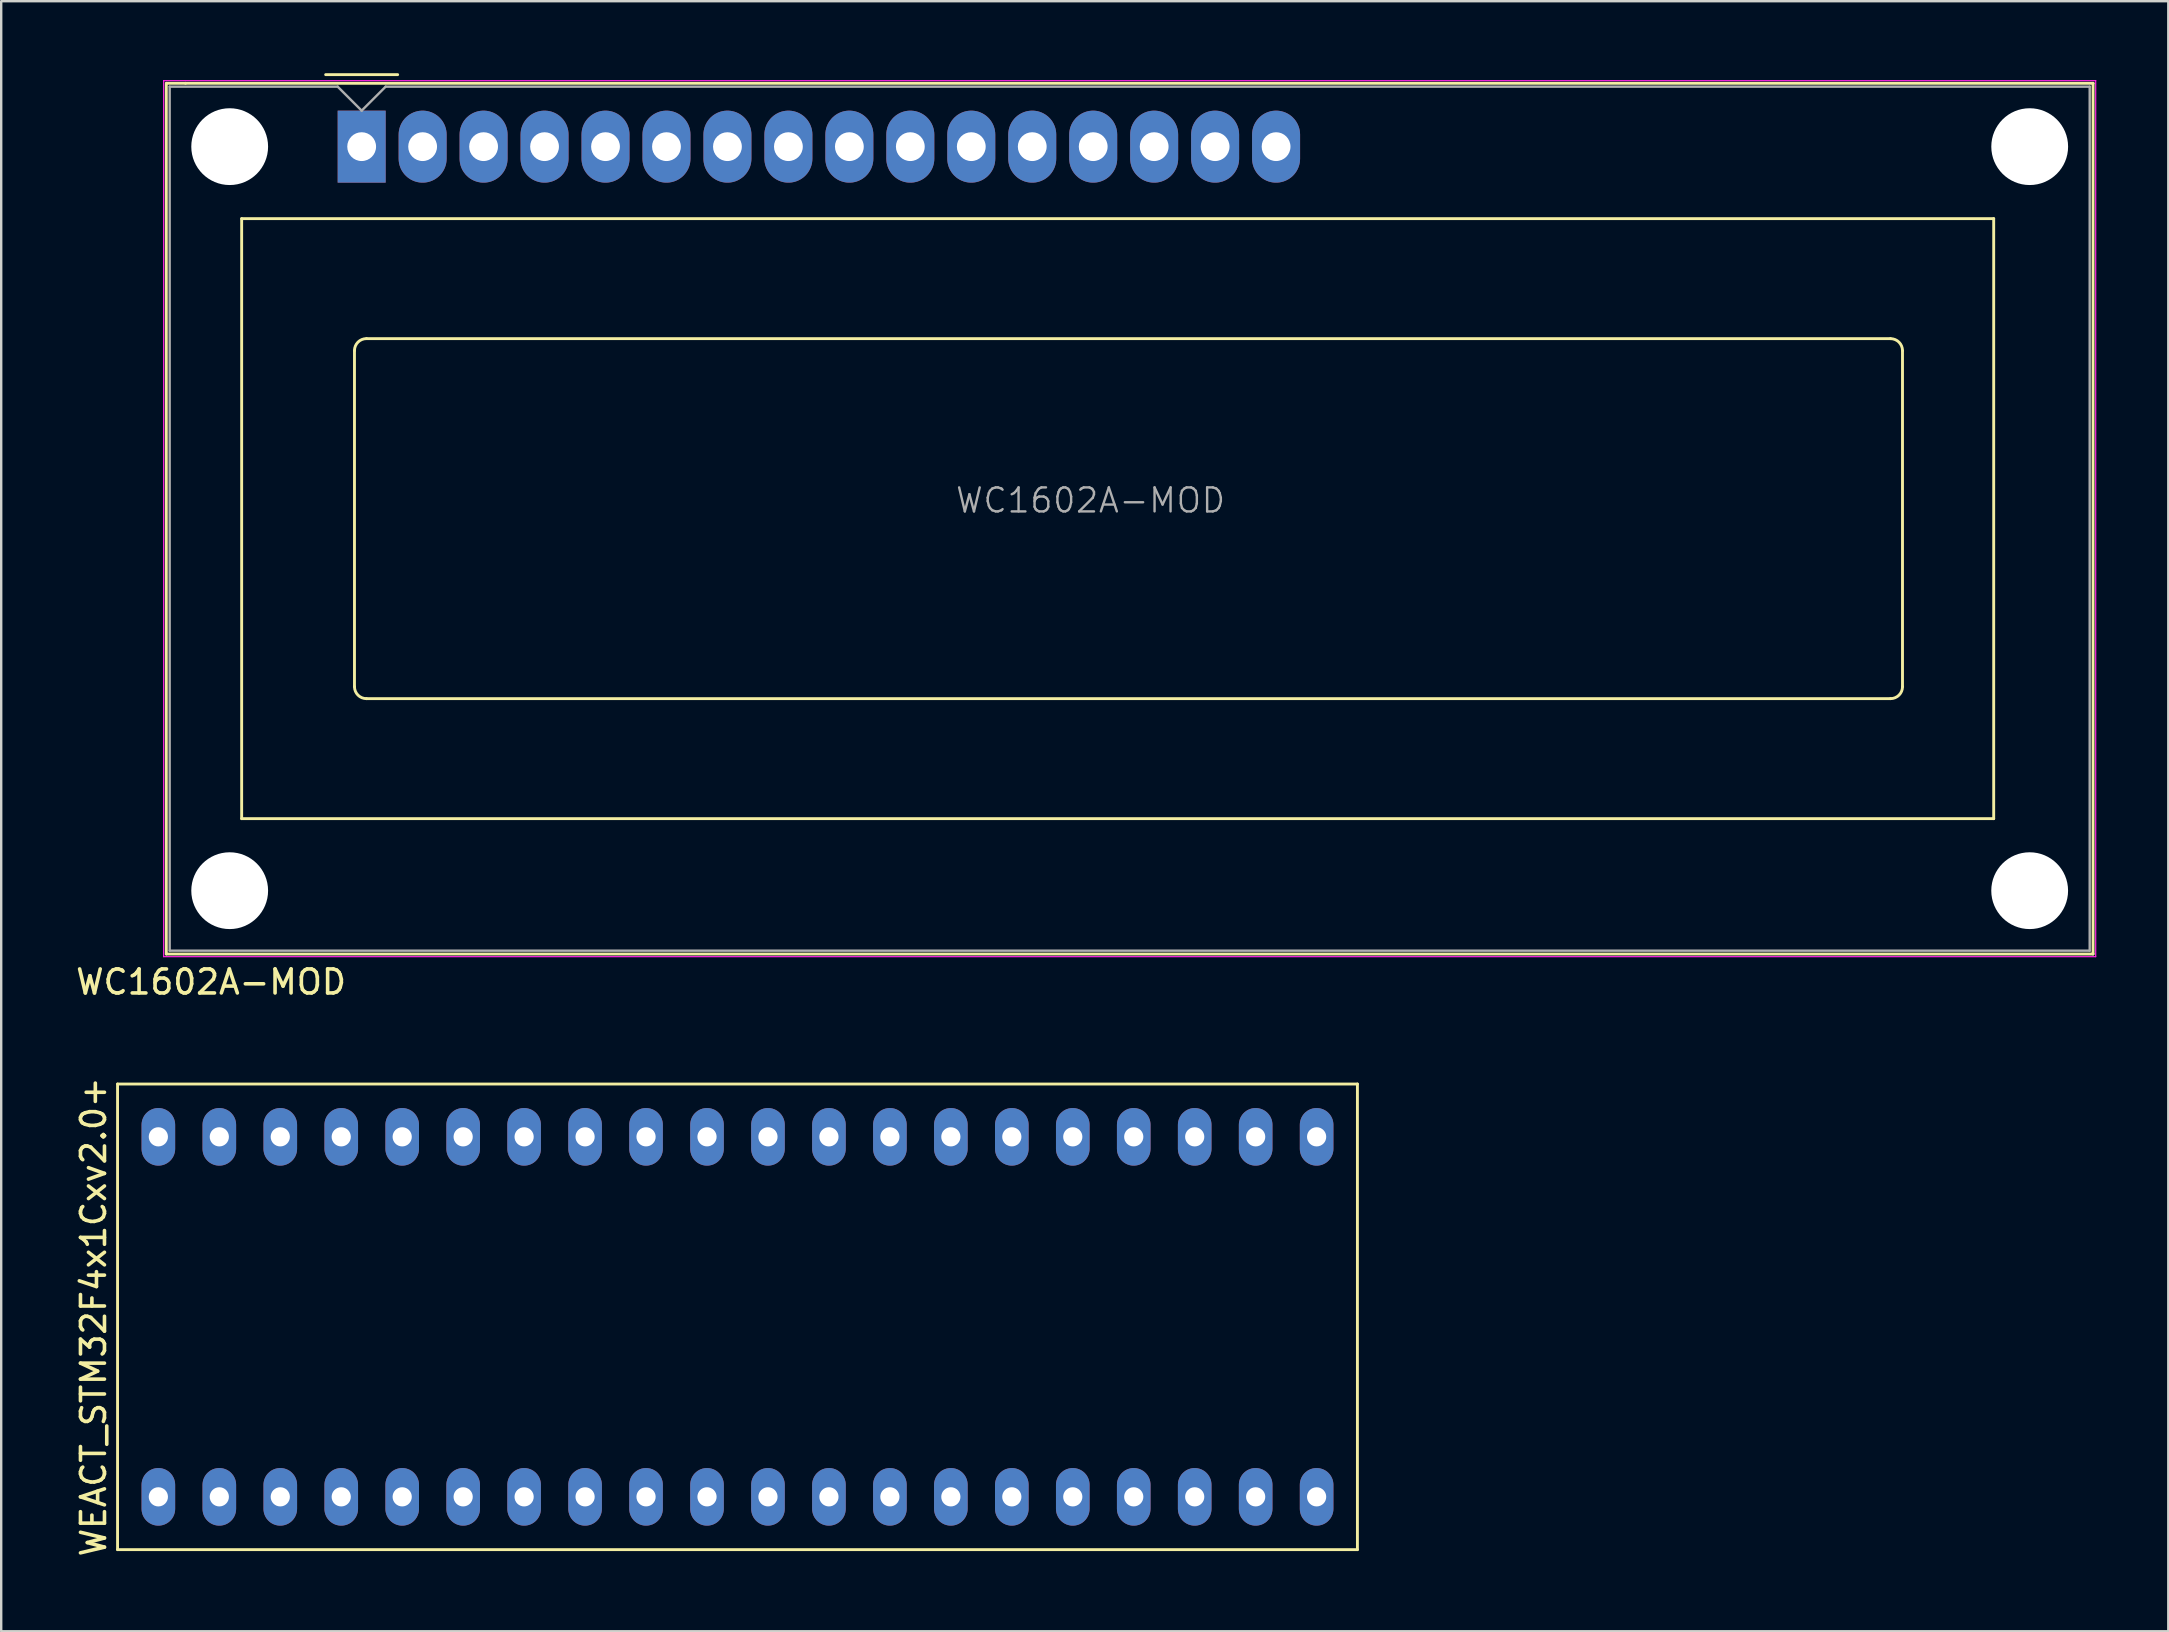
<source format=kicad_pcb>
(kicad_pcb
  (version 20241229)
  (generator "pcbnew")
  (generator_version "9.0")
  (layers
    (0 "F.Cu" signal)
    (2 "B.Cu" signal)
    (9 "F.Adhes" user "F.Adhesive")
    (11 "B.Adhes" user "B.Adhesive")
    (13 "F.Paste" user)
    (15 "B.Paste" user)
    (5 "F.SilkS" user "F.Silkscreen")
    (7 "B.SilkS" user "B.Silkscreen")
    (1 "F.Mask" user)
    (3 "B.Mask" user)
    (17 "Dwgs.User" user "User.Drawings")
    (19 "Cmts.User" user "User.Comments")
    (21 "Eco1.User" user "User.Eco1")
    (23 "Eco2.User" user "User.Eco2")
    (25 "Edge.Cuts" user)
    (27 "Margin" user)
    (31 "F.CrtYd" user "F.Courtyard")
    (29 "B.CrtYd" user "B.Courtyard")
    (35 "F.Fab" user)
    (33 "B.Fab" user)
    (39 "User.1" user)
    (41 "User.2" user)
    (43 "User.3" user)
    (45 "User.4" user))
  (footprint "WEACT_STM32F4x1Cxv2.0+"
    (layer "F.Cu")
    (at 27.678 51.817)
    (property "Reference" "WEACT_STM32F4x1Cxv2.0+" (at -26.83 0 90) (layer "F.SilkS") (effects (font (size 1 1) (thickness 0.15))))
    (attr through_hole)
    (fp_line (start -25.83 -9.7) (end -25.83 9.7) (stroke (width 0.12) (type default)) (layer "F.SilkS"))
    (fp_line (start -25.83 9.7) (end 25.83 9.7) (stroke (width 0.12) (type default)) (layer "F.SilkS"))
    (fp_line (start 25.83 -9.7) (end -25.83 -9.7) (stroke (width 0.12) (type default)) (layer "F.SilkS"))
    (fp_line (start 25.83 9.7) (end 25.83 -9.7) (stroke (width 0.12) (type default)) (layer "F.SilkS"))
    (pad "1" thru_hole oval (at -24.13 7.5) (size 1.4 2.4) (drill 0.8) (layers "*.Cu" "*.Mask"))
    (pad "2" thru_hole oval (at -21.59 7.5) (size 1.4 2.4) (drill 0.8) (layers "*.Cu" "*.Mask"))
    (pad "3" thru_hole oval (at -19.05 7.5) (size 1.4 2.4) (drill 0.8) (layers "*.Cu" "*.Mask"))
    (pad "4" thru_hole oval (at -16.51 7.5) (size 1.4 2.4) (drill 0.8) (layers "*.Cu" "*.Mask"))
    (pad "5" thru_hole oval (at -13.97 7.5) (size 1.4 2.4) (drill 0.8) (layers "*.Cu" "*.Mask"))
    (pad "6" thru_hole oval (at -11.43 7.5) (size 1.4 2.4) (drill 0.8) (layers "*.Cu" "*.Mask"))
    (pad "7" thru_hole oval (at -8.89 7.5) (size 1.4 2.4) (drill 0.8) (layers "*.Cu" "*.Mask"))
    (pad "8" thru_hole oval (at -6.35 7.5) (size 1.4 2.4) (drill 0.8) (layers "*.Cu" "*.Mask"))
    (pad "9" thru_hole oval (at -3.81 7.5) (size 1.4 2.4) (drill 0.8) (layers "*.Cu" "*.Mask"))
    (pad "10" thru_hole oval (at -1.27 7.5) (size 1.4 2.4) (drill 0.8) (layers "*.Cu" "*.Mask"))
    (pad "11" thru_hole oval (at 1.27 7.5) (size 1.4 2.4) (drill 0.8) (layers "*.Cu" "*.Mask"))
    (pad "12" thru_hole oval (at 3.81 7.5) (size 1.4 2.4) (drill 0.8) (layers "*.Cu" "*.Mask"))
    (pad "13" thru_hole oval (at 6.35 7.5) (size 1.4 2.4) (drill 0.8) (layers "*.Cu" "*.Mask"))
    (pad "14" thru_hole oval (at 8.89 7.5) (size 1.4 2.4) (drill 0.8) (layers "*.Cu" "*.Mask"))
    (pad "15" thru_hole oval (at 11.43 7.5) (size 1.4 2.4) (drill 0.8) (layers "*.Cu" "*.Mask"))
    (pad "16" thru_hole oval (at 13.97 7.5) (size 1.4 2.4) (drill 0.8) (layers "*.Cu" "*.Mask"))
    (pad "17" thru_hole oval (at 16.51 7.5) (size 1.4 2.4) (drill 0.8) (layers "*.Cu" "*.Mask"))
    (pad "18" thru_hole oval (at 19.05 7.5) (size 1.4 2.4) (drill 0.8) (layers "*.Cu" "*.Mask"))
    (pad "19" thru_hole oval (at 21.59 7.5) (size 1.4 2.4) (drill 0.8) (layers "*.Cu" "*.Mask"))
    (pad "20" thru_hole oval (at 24.13 7.5) (size 1.4 2.4) (drill 0.8) (layers "*.Cu" "*.Mask"))
    (pad "21" thru_hole oval (at 24.13 -7.5) (size 1.4 2.4) (drill 0.8) (layers "*.Cu" "*.Mask"))
    (pad "22" thru_hole oval (at 21.59 -7.5) (size 1.4 2.4) (drill 0.8) (layers "*.Cu" "*.Mask"))
    (pad "23" thru_hole oval (at 19.05 -7.5) (size 1.4 2.4) (drill 0.8) (layers "*.Cu" "*.Mask"))
    (pad "24" thru_hole oval (at 16.51 -7.5) (size 1.4 2.4) (drill 0.8) (layers "*.Cu" "*.Mask"))
    (pad "25" thru_hole oval (at 13.97 -7.5) (size 1.4 2.4) (drill 0.8) (layers "*.Cu" "*.Mask"))
    (pad "26" thru_hole oval (at 11.43 -7.5) (size 1.4 2.4) (drill 0.8) (layers "*.Cu" "*.Mask"))
    (pad "27" thru_hole oval (at 8.89 -7.5) (size 1.4 2.4) (drill 0.8) (layers "*.Cu" "*.Mask"))
    (pad "28" thru_hole oval (at 6.35 -7.5) (size 1.4 2.4) (drill 0.8) (layers "*.Cu" "*.Mask"))
    (pad "29" thru_hole oval (at 3.81 -7.5) (size 1.4 2.4) (drill 0.8) (layers "*.Cu" "*.Mask"))
    (pad "30" thru_hole oval (at 1.27 -7.5) (size 1.4 2.4) (drill 0.8) (layers "*.Cu" "*.Mask"))
    (pad "31" thru_hole oval (at -1.27 -7.5) (size 1.4 2.4) (drill 0.8) (layers "*.Cu" "*.Mask"))
    (pad "32" thru_hole oval (at -3.81 -7.5) (size 1.4 2.4) (drill 0.8) (layers "*.Cu" "*.Mask"))
    (pad "33" thru_hole oval (at -6.35 -7.5) (size 1.4 2.4) (drill 0.8) (layers "*.Cu" "*.Mask"))
    (pad "34" thru_hole oval (at -8.89 -7.5) (size 1.4 2.4) (drill 0.8) (layers "*.Cu" "*.Mask"))
    (pad "35" thru_hole oval (at -11.43 -7.5) (size 1.4 2.4) (drill 0.8) (layers "*.Cu" "*.Mask"))
    (pad "36" thru_hole oval (at -13.97 -7.5) (size 1.4 2.4) (drill 0.8) (layers "*.Cu" "*.Mask"))
    (pad "37" thru_hole oval (at -16.51 -7.5) (size 1.4 2.4) (drill 0.8) (layers "*.Cu" "*.Mask"))
    (pad "38" thru_hole oval (at -19.05 -7.5) (size 1.4 2.4) (drill 0.8) (layers "*.Cu" "*.Mask"))
    (pad "39" thru_hole oval (at -21.59 -7.5) (size 1.4 2.4) (drill 0.8) (layers "*.Cu" "*.Mask"))
    (pad "40" thru_hole oval (at -24.13 -7.5) (size 1.4 2.4) (drill 0.8) (layers "*.Cu" "*.Mask")))
  (footprint "WC1602A-MOD"
    (layer "F.Cu")
    (at 12.019 3.06)
    (property "Reference" "WC1602A-MOD" (at -6.275 34.807 0) (layer "F.SilkS") (effects (font (size 1 1) (thickness 0.15))))
    (attr through_hole)
    (fp_line (start -8.14 -2.64) (end -8.14 33.64) (stroke (width 0.12) (type solid)) (layer "F.SilkS"))
    (fp_line (start -8.14 33.64) (end 72.14 33.64) (stroke (width 0.12) (type solid)) (layer "F.SilkS"))
    (fp_line (start -8.13 -2.64) (end -7.34 -2.64) (stroke (width 0.12) (type solid)) (layer "F.SilkS"))
    (fp_line (start -5 3) (end 68 3) (stroke (width 0.12) (type solid)) (layer "F.SilkS"))
    (fp_line (start -5 28) (end -5 3) (stroke (width 0.12) (type solid)) (layer "F.SilkS"))
    (fp_line (start -1.5 -3) (end 1.5 -3) (stroke (width 0.12) (type solid)) (layer "F.SilkS"))
    (fp_line (start -0.3 22.499) (end -0.3 8.5) (stroke (width 0.12) (type solid)) (layer "F.SilkS"))
    (fp_line (start 0.2 8) (end 63.7 8) (stroke (width 0.12) (type solid)) (layer "F.SilkS"))
    (fp_line (start 63.701 23) (end 0.2 23) (stroke (width 0.12) (type solid)) (layer "F.SilkS"))
    (fp_line (start 64.2 8.5) (end 64.2 22.5) (stroke (width 0.12) (type solid)) (layer "F.SilkS"))
    (fp_line (start 68 3) (end 68 28) (stroke (width 0.12) (type solid)) (layer "F.SilkS"))
    (fp_line (start 68 28) (end -5 28) (stroke (width 0.12) (type solid)) (layer "F.SilkS"))
    (fp_line (start 72.14 -2.64) (end -7.34 -2.64) (stroke (width 0.12) (type solid)) (layer "F.SilkS"))
    (fp_line (start 72.14 33.64) (end 72.14 -2.64) (stroke (width 0.12) (type solid)) (layer "F.SilkS"))
    (fp_arc (start -0.29972 8.49884) (mid -0.153162 8.145018) (end 0.20066 7.99846) (stroke (width 0.12) (type solid)) (layer "F.SilkS"))
    (fp_arc (start 0.20066 22.9997) (mid -0.153162 22.853142) (end -0.29972 22.49932) (stroke (width 0.12) (type solid)) (layer "F.SilkS"))
    (fp_arc (start 63.7 8) (mid 64.053553 8.146447) (end 64.2 8.5) (stroke (width 0.12) (type solid)) (layer "F.SilkS"))
    (fp_arc (start 64.20104 22.49932) (mid 64.054479 22.85315) (end 63.70066 22.9997) (stroke (width 0.12) (type solid)) (layer "F.SilkS"))
    (fp_line (start -8.25 -2.75) (end -8.25 33.75) (stroke (width 0.05) (type solid)) (layer "F.CrtYd"))
    (fp_line (start -8.25 -2.75) (end 72.25 -2.75) (stroke (width 0.05) (type solid)) (layer "F.CrtYd"))
    (fp_line (start -8.25 33.75) (end 72.25 33.75) (stroke (width 0.05) (type solid)) (layer "F.CrtYd"))
    (fp_line (start 72.25 -2.75) (end 72.25 33.75) (stroke (width 0.05) (type solid)) (layer "F.CrtYd"))
    (fp_line (start -8 33.5) (end -8 -2.5) (stroke (width 0.1) (type solid)) (layer "F.Fab"))
    (fp_line (start -1 -2.5) (end -8 -2.5) (stroke (width 0.1) (type solid)) (layer "F.Fab"))
    (fp_line (start 0 -1.5) (end -1 -2.5) (stroke (width 0.1) (type solid)) (layer "F.Fab"))
    (fp_line (start 1 -2.5) (end 0 -1.5) (stroke (width 0.1) (type solid)) (layer "F.Fab"))
    (fp_line (start 1 -2.5) (end 72 -2.5) (stroke (width 0.1) (type solid)) (layer "F.Fab"))
    (fp_line (start 72 -2.5) (end 72 33.5) (stroke (width 0.1) (type solid)) (layer "F.Fab"))
    (fp_line (start 72 33.5) (end -8 33.5) (stroke (width 0.1) (type solid)) (layer "F.Fab"))
    (fp_text user "${REFERENCE}" (at 30.37 14.74 0) (layer "F.Fab") (effects (font (size 1 1) (thickness 0.1))))
    (pad "" np_thru_hole circle (at -5.499 0) (size 3.2 3.2) (drill 3.3) (layers "*.Cu" "*.Mask"))
    (pad "" np_thru_hole circle (at -5.499 31.001) (size 3.2 3.2) (drill 3.2) (layers "*.Cu" "*.Mask"))
    (pad "" np_thru_hole circle (at 69.499 31.001) (size 3.2 3.2) (drill 3.2) (layers "*.Cu" "*.Mask"))
    (pad "" np_thru_hole circle (at 69.5 0) (size 3.2 3.2) (drill 3.2) (layers "*.Cu" "*.Mask"))
    (pad "1" thru_hole rect (at 0 0) (size 2 3) (drill 1.2) (layers "*.Cu" "*.Mask"))
    (pad "2" thru_hole oval (at 2.54 0) (size 2 3) (drill 1.2) (layers "*.Cu" "*.Mask"))
    (pad "3" thru_hole oval (at 5.08 0) (size 2 3) (drill 1.2) (layers "*.Cu" "*.Mask"))
    (pad "4" thru_hole oval (at 7.62 0) (size 2 3) (drill 1.2) (layers "*.Cu" "*.Mask"))
    (pad "5" thru_hole oval (at 10.16 0) (size 2 3) (drill 1.2) (layers "*.Cu" "*.Mask"))
    (pad "6" thru_hole oval (at 12.7 0) (size 2 3) (drill 1.2) (layers "*.Cu" "*.Mask"))
    (pad "7" thru_hole oval (at 15.24 0) (size 2 3) (drill 1.2) (layers "*.Cu" "*.Mask"))
    (pad "8" thru_hole oval (at 17.78 0) (size 2 3) (drill 1.2) (layers "*.Cu" "*.Mask"))
    (pad "9" thru_hole oval (at 20.32 0) (size 2 3) (drill 1.2) (layers "*.Cu" "*.Mask"))
    (pad "10" thru_hole oval (at 22.86 0) (size 2 3) (drill 1.2) (layers "*.Cu" "*.Mask"))
    (pad "11" thru_hole oval (at 25.4 0) (size 2 3) (drill 1.2) (layers "*.Cu" "*.Mask"))
    (pad "12" thru_hole oval (at 27.94 0) (size 2 3) (drill 1.2) (layers "*.Cu" "*.Mask"))
    (pad "13" thru_hole oval (at 30.48 0) (size 2 3) (drill 1.2) (layers "*.Cu" "*.Mask"))
    (pad "14" thru_hole oval (at 33.02 0) (size 2 3) (drill 1.2) (layers "*.Cu" "*.Mask"))
    (pad "15" thru_hole oval (at 35.56 0) (size 2 3) (drill 1.2) (layers "*.Cu" "*.Mask"))
    (pad "16" thru_hole oval (at 38.1 0) (size 2 3) (drill 1.2) (layers "*.Cu" "*.Mask")))
  (gr_rect
    (start -3 -3)
    (end 87.294 64.918)
    (stroke (width 0.1) (type default))
    (fill no)
    (layer "Edge.Cuts")))
</source>
